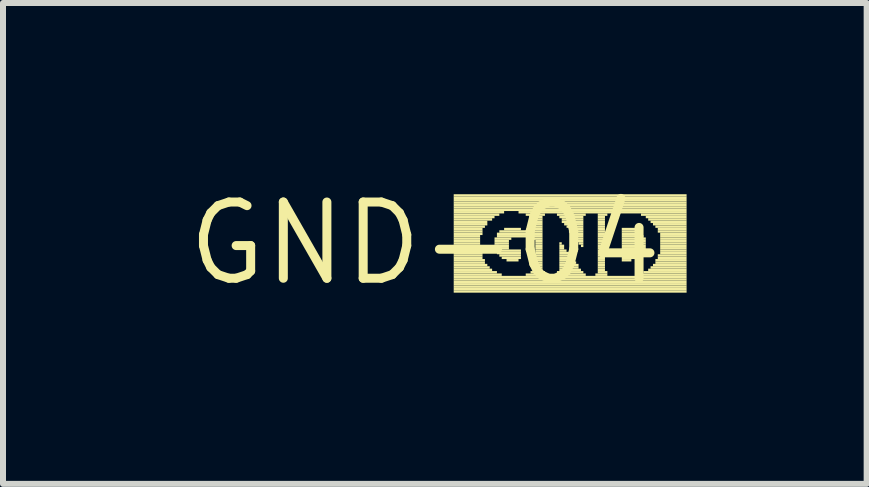
<source format=kicad_pcb>
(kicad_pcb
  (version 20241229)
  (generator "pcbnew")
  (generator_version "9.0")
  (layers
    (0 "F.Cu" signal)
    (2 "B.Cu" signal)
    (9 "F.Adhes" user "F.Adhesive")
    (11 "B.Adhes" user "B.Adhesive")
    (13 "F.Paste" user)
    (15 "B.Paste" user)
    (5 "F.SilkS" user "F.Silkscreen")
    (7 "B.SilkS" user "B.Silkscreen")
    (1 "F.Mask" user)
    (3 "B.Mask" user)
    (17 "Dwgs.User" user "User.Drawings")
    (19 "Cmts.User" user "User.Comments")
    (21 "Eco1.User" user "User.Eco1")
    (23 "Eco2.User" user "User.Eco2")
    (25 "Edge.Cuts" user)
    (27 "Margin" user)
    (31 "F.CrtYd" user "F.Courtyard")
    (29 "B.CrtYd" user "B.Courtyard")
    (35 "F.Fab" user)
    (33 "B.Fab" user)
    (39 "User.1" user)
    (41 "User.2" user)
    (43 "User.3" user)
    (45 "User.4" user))
  (footprint "GND-04"
    (layer "F.Cu")
    (at 4.029 1.006)
    (property "Reference" "GND-04" (at 0 0 0) (layer "F.SilkS") (effects (font (size 1.27 1.27) (thickness 0.15))))
    (fp_poly (pts (xy 0.48 -0.78) (xy 4.36 -0.78) (xy 4.36 -0.82) (xy 0.48 -0.82)) (stroke (width 0) (type default)) (fill yes) (layer "F.SilkS"))
    (fp_poly (pts (xy 0.48 -0.74) (xy 4.36 -0.74) (xy 4.36 -0.78) (xy 0.48 -0.78)) (stroke (width 0) (type default)) (fill yes) (layer "F.SilkS"))
    (fp_poly (pts (xy 0.48 -0.7) (xy 4.36 -0.7) (xy 4.36 -0.74) (xy 0.48 -0.74)) (stroke (width 0) (type default)) (fill yes) (layer "F.SilkS"))
    (fp_poly (pts (xy 0.48 -0.66) (xy 4.36 -0.66) (xy 4.36 -0.7) (xy 0.48 -0.7)) (stroke (width 0) (type default)) (fill yes) (layer "F.SilkS"))
    (fp_poly (pts (xy 0.48 -0.62) (xy 4.36 -0.62) (xy 4.36 -0.66) (xy 0.48 -0.66)) (stroke (width 0) (type default)) (fill yes) (layer "F.SilkS"))
    (fp_poly (pts (xy 0.48 -0.58) (xy 4.36 -0.58) (xy 4.36 -0.62) (xy 0.48 -0.62)) (stroke (width 0) (type default)) (fill yes) (layer "F.SilkS"))
    (fp_poly (pts (xy 0.48 -0.54) (xy 4.36 -0.54) (xy 4.36 -0.58) (xy 0.48 -0.58)) (stroke (width 0) (type default)) (fill yes) (layer "F.SilkS"))
    (fp_poly (pts (xy 0.48 -0.5) (xy 1.32 -0.5) (xy 1.32 -0.54) (xy 0.48 -0.54)) (stroke (width 0) (type default)) (fill yes) (layer "F.SilkS"))
    (fp_poly (pts (xy 0.48 -0.46) (xy 1.24 -0.46) (xy 1.24 -0.5) (xy 0.48 -0.5)) (stroke (width 0) (type default)) (fill yes) (layer "F.SilkS"))
    (fp_poly (pts (xy 0.48 -0.42) (xy 1.16 -0.42) (xy 1.16 -0.46) (xy 0.48 -0.46)) (stroke (width 0) (type default)) (fill yes) (layer "F.SilkS"))
    (fp_poly (pts (xy 0.48 -0.38) (xy 1.12 -0.38) (xy 1.12 -0.42) (xy 0.48 -0.42)) (stroke (width 0) (type default)) (fill yes) (layer "F.SilkS"))
    (fp_poly (pts (xy 0.48 -0.34) (xy 1.04 -0.34) (xy 1.04 -0.38) (xy 0.48 -0.38)) (stroke (width 0) (type default)) (fill yes) (layer "F.SilkS"))
    (fp_poly (pts (xy 0.48 -0.3) (xy 1.04 -0.3) (xy 1.04 -0.34) (xy 0.48 -0.34)) (stroke (width 0) (type default)) (fill yes) (layer "F.SilkS"))
    (fp_poly (pts (xy 0.48 -0.26) (xy 1 -0.26) (xy 1 -0.3) (xy 0.48 -0.3)) (stroke (width 0) (type default)) (fill yes) (layer "F.SilkS"))
    (fp_poly (pts (xy 0.48 -0.22) (xy 0.96 -0.22) (xy 0.96 -0.26) (xy 0.48 -0.26)) (stroke (width 0) (type default)) (fill yes) (layer "F.SilkS"))
    (fp_poly (pts (xy 0.48 -0.18) (xy 0.96 -0.18) (xy 0.96 -0.22) (xy 0.48 -0.22)) (stroke (width 0) (type default)) (fill yes) (layer "F.SilkS"))
    (fp_poly (pts (xy 0.48 -0.14) (xy 0.96 -0.14) (xy 0.96 -0.18) (xy 0.48 -0.18)) (stroke (width 0) (type default)) (fill yes) (layer "F.SilkS"))
    (fp_poly (pts (xy 0.48 -0.1) (xy 0.92 -0.1) (xy 0.92 -0.14) (xy 0.48 -0.14)) (stroke (width 0) (type default)) (fill yes) (layer "F.SilkS"))
    (fp_poly (pts (xy 0.48 -0.06) (xy 0.92 -0.06) (xy 0.92 -0.1) (xy 0.48 -0.1)) (stroke (width 0) (type default)) (fill yes) (layer "F.SilkS"))
    (fp_poly (pts (xy 0.48 -0.02) (xy 0.92 -0.02) (xy 0.92 -0.06) (xy 0.48 -0.06)) (stroke (width 0) (type default)) (fill yes) (layer "F.SilkS"))
    (fp_poly (pts (xy 0.48 0.02) (xy 0.92 0.02) (xy 0.92 -0.02) (xy 0.48 -0.02)) (stroke (width 0) (type default)) (fill yes) (layer "F.SilkS"))
    (fp_poly (pts (xy 0.48 0.06) (xy 0.92 0.06) (xy 0.92 0.02) (xy 0.48 0.02)) (stroke (width 0) (type default)) (fill yes) (layer "F.SilkS"))
    (fp_poly (pts (xy 0.48 0.1) (xy 0.92 0.1) (xy 0.92 0.06) (xy 0.48 0.06)) (stroke (width 0) (type default)) (fill yes) (layer "F.SilkS"))
    (fp_poly (pts (xy 0.48 0.14) (xy 0.92 0.14) (xy 0.92 0.1) (xy 0.48 0.1)) (stroke (width 0) (type default)) (fill yes) (layer "F.SilkS"))
    (fp_poly (pts (xy 0.48 0.18) (xy 0.96 0.18) (xy 0.96 0.14) (xy 0.48 0.14)) (stroke (width 0) (type default)) (fill yes) (layer "F.SilkS"))
    (fp_poly (pts (xy 0.48 0.22) (xy 0.96 0.22) (xy 0.96 0.18) (xy 0.48 0.18)) (stroke (width 0) (type default)) (fill yes) (layer "F.SilkS"))
    (fp_poly (pts (xy 0.48 0.26) (xy 0.96 0.26) (xy 0.96 0.22) (xy 0.48 0.22)) (stroke (width 0) (type default)) (fill yes) (layer "F.SilkS"))
    (fp_poly (pts (xy 0.48 0.3) (xy 1 0.3) (xy 1 0.26) (xy 0.48 0.26)) (stroke (width 0) (type default)) (fill yes) (layer "F.SilkS"))
    (fp_poly (pts (xy 0.48 0.34) (xy 1 0.34) (xy 1 0.3) (xy 0.48 0.3)) (stroke (width 0) (type default)) (fill yes) (layer "F.SilkS"))
    (fp_poly (pts (xy 0.48 0.38) (xy 1.04 0.38) (xy 1.04 0.34) (xy 0.48 0.34)) (stroke (width 0) (type default)) (fill yes) (layer "F.SilkS"))
    (fp_poly (pts (xy 0.48 0.42) (xy 1.08 0.42) (xy 1.08 0.38) (xy 0.48 0.38)) (stroke (width 0) (type default)) (fill yes) (layer "F.SilkS"))
    (fp_poly (pts (xy 0.48 0.46) (xy 1.12 0.46) (xy 1.12 0.42) (xy 0.48 0.42)) (stroke (width 0) (type default)) (fill yes) (layer "F.SilkS"))
    (fp_poly (pts (xy 0.48 0.5) (xy 1.2 0.5) (xy 1.2 0.46) (xy 0.48 0.46)) (stroke (width 0) (type default)) (fill yes) (layer "F.SilkS"))
    (fp_poly (pts (xy 0.48 0.54) (xy 1.28 0.54) (xy 1.28 0.5) (xy 0.48 0.5)) (stroke (width 0) (type default)) (fill yes) (layer "F.SilkS"))
    (fp_poly (pts (xy 0.48 0.58) (xy 4.36 0.58) (xy 4.36 0.54) (xy 0.48 0.54)) (stroke (width 0) (type default)) (fill yes) (layer "F.SilkS"))
    (fp_poly (pts (xy 0.48 0.62) (xy 4.36 0.62) (xy 4.36 0.58) (xy 0.48 0.58)) (stroke (width 0) (type default)) (fill yes) (layer "F.SilkS"))
    (fp_poly (pts (xy 0.48 0.66) (xy 4.36 0.66) (xy 4.36 0.62) (xy 0.48 0.62)) (stroke (width 0) (type default)) (fill yes) (layer "F.SilkS"))
    (fp_poly (pts (xy 0.48 0.7) (xy 4.36 0.7) (xy 4.36 0.66) (xy 0.48 0.66)) (stroke (width 0) (type default)) (fill yes) (layer "F.SilkS"))
    (fp_poly (pts (xy 0.48 0.74) (xy 4.36 0.74) (xy 4.36 0.7) (xy 0.48 0.7)) (stroke (width 0) (type default)) (fill yes) (layer "F.SilkS"))
    (fp_poly (pts (xy 0.48 0.78) (xy 4.36 0.78) (xy 4.36 0.74) (xy 0.48 0.74)) (stroke (width 0) (type default)) (fill yes) (layer "F.SilkS"))
    (fp_poly (pts (xy 0.48 0.82) (xy 4.36 0.82) (xy 4.36 0.78) (xy 0.48 0.78)) (stroke (width 0) (type default)) (fill yes) (layer "F.SilkS"))
    (fp_poly (pts (xy 1.16 -0.06) (xy 1.44 -0.06) (xy 1.44 -0.1) (xy 1.16 -0.1)) (stroke (width 0) (type default)) (fill yes) (layer "F.SilkS"))
    (fp_poly (pts (xy 1.16 -0.02) (xy 1.4 -0.02) (xy 1.4 -0.06) (xy 1.16 -0.06)) (stroke (width 0) (type default)) (fill yes) (layer "F.SilkS"))
    (fp_poly (pts (xy 1.16 0.02) (xy 1.4 0.02) (xy 1.4 -0.02) (xy 1.16 -0.02)) (stroke (width 0) (type default)) (fill yes) (layer "F.SilkS"))
    (fp_poly (pts (xy 1.16 0.06) (xy 1.4 0.06) (xy 1.4 0.02) (xy 1.16 0.02)) (stroke (width 0) (type default)) (fill yes) (layer "F.SilkS"))
    (fp_poly (pts (xy 1.16 0.1) (xy 1.4 0.1) (xy 1.4 0.06) (xy 1.16 0.06)) (stroke (width 0) (type default)) (fill yes) (layer "F.SilkS"))
    (fp_poly (pts (xy 1.2 -0.14) (xy 1.96 -0.14) (xy 1.96 -0.18) (xy 1.2 -0.18)) (stroke (width 0) (type default)) (fill yes) (layer "F.SilkS"))
    (fp_poly (pts (xy 1.2 -0.1) (xy 1.96 -0.1) (xy 1.96 -0.14) (xy 1.2 -0.14)) (stroke (width 0) (type default)) (fill yes) (layer "F.SilkS"))
    (fp_poly (pts (xy 1.2 0.14) (xy 1.6 0.14) (xy 1.6 0.1) (xy 1.2 0.1)) (stroke (width 0) (type default)) (fill yes) (layer "F.SilkS"))
    (fp_poly (pts (xy 1.2 0.18) (xy 1.6 0.18) (xy 1.6 0.14) (xy 1.2 0.14)) (stroke (width 0) (type default)) (fill yes) (layer "F.SilkS"))
    (fp_poly (pts (xy 1.24 -0.18) (xy 1.96 -0.18) (xy 1.96 -0.22) (xy 1.24 -0.22)) (stroke (width 0) (type default)) (fill yes) (layer "F.SilkS"))
    (fp_poly (pts (xy 1.24 0.22) (xy 1.6 0.22) (xy 1.6 0.18) (xy 1.24 0.18)) (stroke (width 0) (type default)) (fill yes) (layer "F.SilkS"))
    (fp_poly (pts (xy 1.28 0.26) (xy 1.6 0.26) (xy 1.6 0.22) (xy 1.28 0.22)) (stroke (width 0) (type default)) (fill yes) (layer "F.SilkS"))
    (fp_poly (pts (xy 1.32 -0.22) (xy 1.6 -0.22) (xy 1.6 -0.26) (xy 1.32 -0.26)) (stroke (width 0) (type default)) (fill yes) (layer "F.SilkS"))
    (fp_poly (pts (xy 1.36 0.3) (xy 1.56 0.3) (xy 1.56 0.26) (xy 1.36 0.26)) (stroke (width 0) (type default)) (fill yes) (layer "F.SilkS"))
    (fp_poly (pts (xy 1.56 -0.5) (xy 4.36 -0.5) (xy 4.36 -0.54) (xy 1.56 -0.54)) (stroke (width 0) (type default)) (fill yes) (layer "F.SilkS"))
    (fp_poly (pts (xy 1.68 -0.46) (xy 2 -0.46) (xy 2 -0.5) (xy 1.68 -0.5)) (stroke (width 0) (type default)) (fill yes) (layer "F.SilkS"))
    (fp_poly (pts (xy 1.68 0.54) (xy 2 0.54) (xy 2 0.5) (xy 1.68 0.5)) (stroke (width 0) (type default)) (fill yes) (layer "F.SilkS"))
    (fp_poly (pts (xy 1.76 -0.42) (xy 1.96 -0.42) (xy 1.96 -0.46) (xy 1.76 -0.46)) (stroke (width 0) (type default)) (fill yes) (layer "F.SilkS"))
    (fp_poly (pts (xy 1.76 -0.22) (xy 1.96 -0.22) (xy 1.96 -0.26) (xy 1.76 -0.26)) (stroke (width 0) (type default)) (fill yes) (layer "F.SilkS"))
    (fp_poly (pts (xy 1.76 0.5) (xy 2 0.5) (xy 2 0.46) (xy 1.76 0.46)) (stroke (width 0) (type default)) (fill yes) (layer "F.SilkS"))
    (fp_poly (pts (xy 1.8 -0.38) (xy 1.96 -0.38) (xy 1.96 -0.42) (xy 1.8 -0.42)) (stroke (width 0) (type default)) (fill yes) (layer "F.SilkS"))
    (fp_poly (pts (xy 1.8 -0.34) (xy 1.96 -0.34) (xy 1.96 -0.38) (xy 1.8 -0.38)) (stroke (width 0) (type default)) (fill yes) (layer "F.SilkS"))
    (fp_poly (pts (xy 1.8 -0.3) (xy 1.96 -0.3) (xy 1.96 -0.34) (xy 1.8 -0.34)) (stroke (width 0) (type default)) (fill yes) (layer "F.SilkS"))
    (fp_poly (pts (xy 1.8 -0.26) (xy 1.96 -0.26) (xy 1.96 -0.3) (xy 1.8 -0.3)) (stroke (width 0) (type default)) (fill yes) (layer "F.SilkS"))
    (fp_poly (pts (xy 1.8 -0.06) (xy 1.96 -0.06) (xy 1.96 -0.1) (xy 1.8 -0.1)) (stroke (width 0) (type default)) (fill yes) (layer "F.SilkS"))
    (fp_poly (pts (xy 1.8 0.46) (xy 1.96 0.46) (xy 1.96 0.42) (xy 1.8 0.42)) (stroke (width 0) (type default)) (fill yes) (layer "F.SilkS"))
    (fp_poly (pts (xy 1.84 -0.02) (xy 1.96 -0.02) (xy 1.96 -0.06) (xy 1.84 -0.06)) (stroke (width 0) (type default)) (fill yes) (layer "F.SilkS"))
    (fp_poly (pts (xy 1.84 0.02) (xy 1.96 0.02) (xy 1.96 -0.02) (xy 1.84 -0.02)) (stroke (width 0) (type default)) (fill yes) (layer "F.SilkS"))
    (fp_poly (pts (xy 1.84 0.06) (xy 1.96 0.06) (xy 1.96 0.02) (xy 1.84 0.02)) (stroke (width 0) (type default)) (fill yes) (layer "F.SilkS"))
    (fp_poly (pts (xy 1.84 0.1) (xy 1.96 0.1) (xy 1.96 0.06) (xy 1.84 0.06)) (stroke (width 0) (type default)) (fill yes) (layer "F.SilkS"))
    (fp_poly (pts (xy 1.84 0.14) (xy 1.96 0.14) (xy 1.96 0.1) (xy 1.84 0.1)) (stroke (width 0) (type default)) (fill yes) (layer "F.SilkS"))
    (fp_poly (pts (xy 1.84 0.18) (xy 1.96 0.18) (xy 1.96 0.14) (xy 1.84 0.14)) (stroke (width 0) (type default)) (fill yes) (layer "F.SilkS"))
    (fp_poly (pts (xy 1.84 0.22) (xy 1.96 0.22) (xy 1.96 0.18) (xy 1.84 0.18)) (stroke (width 0) (type default)) (fill yes) (layer "F.SilkS"))
    (fp_poly (pts (xy 1.84 0.26) (xy 1.96 0.26) (xy 1.96 0.22) (xy 1.84 0.22)) (stroke (width 0) (type default)) (fill yes) (layer "F.SilkS"))
    (fp_poly (pts (xy 1.84 0.3) (xy 1.96 0.3) (xy 1.96 0.26) (xy 1.84 0.26)) (stroke (width 0) (type default)) (fill yes) (layer "F.SilkS"))
    (fp_poly (pts (xy 1.84 0.34) (xy 1.96 0.34) (xy 1.96 0.3) (xy 1.84 0.3)) (stroke (width 0) (type default)) (fill yes) (layer "F.SilkS"))
    (fp_poly (pts (xy 1.84 0.38) (xy 1.96 0.38) (xy 1.96 0.34) (xy 1.84 0.34)) (stroke (width 0) (type default)) (fill yes) (layer "F.SilkS"))
    (fp_poly (pts (xy 1.84 0.42) (xy 1.96 0.42) (xy 1.96 0.38) (xy 1.84 0.38)) (stroke (width 0) (type default)) (fill yes) (layer "F.SilkS"))
    (fp_poly (pts (xy 2.2 -0.46) (xy 2.68 -0.46) (xy 2.68 -0.5) (xy 2.2 -0.5)) (stroke (width 0) (type default)) (fill yes) (layer "F.SilkS"))
    (fp_poly (pts (xy 2.2 0.5) (xy 2.64 0.5) (xy 2.64 0.46) (xy 2.2 0.46)) (stroke (width 0) (type default)) (fill yes) (layer "F.SilkS"))
    (fp_poly (pts (xy 2.2 0.54) (xy 2.68 0.54) (xy 2.68 0.5) (xy 2.2 0.5)) (stroke (width 0) (type default)) (fill yes) (layer "F.SilkS"))
    (fp_poly (pts (xy 2.24 -0.42) (xy 2.64 -0.42) (xy 2.64 -0.46) (xy 2.24 -0.46)) (stroke (width 0) (type default)) (fill yes) (layer "F.SilkS"))
    (fp_poly (pts (xy 2.24 0.02) (xy 2.28 0.02) (xy 2.28 -0.02) (xy 2.24 -0.02)) (stroke (width 0) (type default)) (fill yes) (layer "F.SilkS"))
    (fp_poly (pts (xy 2.24 0.06) (xy 2.32 0.06) (xy 2.32 0.02) (xy 2.24 0.02)) (stroke (width 0) (type default)) (fill yes) (layer "F.SilkS"))
    (fp_poly (pts (xy 2.24 0.1) (xy 2.32 0.1) (xy 2.32 0.06) (xy 2.24 0.06)) (stroke (width 0) (type default)) (fill yes) (layer "F.SilkS"))
    (fp_poly (pts (xy 2.24 0.14) (xy 2.36 0.14) (xy 2.36 0.1) (xy 2.24 0.1)) (stroke (width 0) (type default)) (fill yes) (layer "F.SilkS"))
    (fp_poly (pts (xy 2.24 0.18) (xy 2.4 0.18) (xy 2.4 0.14) (xy 2.24 0.14)) (stroke (width 0) (type default)) (fill yes) (layer "F.SilkS"))
    (fp_poly (pts (xy 2.24 0.22) (xy 2.44 0.22) (xy 2.44 0.18) (xy 2.24 0.18)) (stroke (width 0) (type default)) (fill yes) (layer "F.SilkS"))
    (fp_poly (pts (xy 2.24 0.26) (xy 2.44 0.26) (xy 2.44 0.22) (xy 2.24 0.22)) (stroke (width 0) (type default)) (fill yes) (layer "F.SilkS"))
    (fp_poly (pts (xy 2.24 0.3) (xy 2.48 0.3) (xy 2.48 0.26) (xy 2.24 0.26)) (stroke (width 0) (type default)) (fill yes) (layer "F.SilkS"))
    (fp_poly (pts (xy 2.24 0.34) (xy 2.52 0.34) (xy 2.52 0.3) (xy 2.24 0.3)) (stroke (width 0) (type default)) (fill yes) (layer "F.SilkS"))
    (fp_poly (pts (xy 2.24 0.38) (xy 2.56 0.38) (xy 2.56 0.34) (xy 2.24 0.34)) (stroke (width 0) (type default)) (fill yes) (layer "F.SilkS"))
    (fp_poly (pts (xy 2.24 0.42) (xy 2.56 0.42) (xy 2.56 0.38) (xy 2.24 0.38)) (stroke (width 0) (type default)) (fill yes) (layer "F.SilkS"))
    (fp_poly (pts (xy 2.24 0.46) (xy 2.6 0.46) (xy 2.6 0.42) (xy 2.24 0.42)) (stroke (width 0) (type default)) (fill yes) (layer "F.SilkS"))
    (fp_poly (pts (xy 2.28 -0.38) (xy 2.64 -0.38) (xy 2.64 -0.42) (xy 2.28 -0.42)) (stroke (width 0) (type default)) (fill yes) (layer "F.SilkS"))
    (fp_poly (pts (xy 2.28 -0.34) (xy 2.64 -0.34) (xy 2.64 -0.38) (xy 2.28 -0.38)) (stroke (width 0) (type default)) (fill yes) (layer "F.SilkS"))
    (fp_poly (pts (xy 2.32 -0.3) (xy 2.64 -0.3) (xy 2.64 -0.34) (xy 2.32 -0.34)) (stroke (width 0) (type default)) (fill yes) (layer "F.SilkS"))
    (fp_poly (pts (xy 2.36 -0.26) (xy 2.64 -0.26) (xy 2.64 -0.3) (xy 2.36 -0.3)) (stroke (width 0) (type default)) (fill yes) (layer "F.SilkS"))
    (fp_poly (pts (xy 2.4 -0.22) (xy 2.64 -0.22) (xy 2.64 -0.26) (xy 2.4 -0.26)) (stroke (width 0) (type default)) (fill yes) (layer "F.SilkS"))
    (fp_poly (pts (xy 2.4 -0.18) (xy 2.64 -0.18) (xy 2.64 -0.22) (xy 2.4 -0.22)) (stroke (width 0) (type default)) (fill yes) (layer "F.SilkS"))
    (fp_poly (pts (xy 2.44 -0.14) (xy 2.64 -0.14) (xy 2.64 -0.18) (xy 2.44 -0.18)) (stroke (width 0) (type default)) (fill yes) (layer "F.SilkS"))
    (fp_poly (pts (xy 2.48 -0.1) (xy 2.64 -0.1) (xy 2.64 -0.14) (xy 2.48 -0.14)) (stroke (width 0) (type default)) (fill yes) (layer "F.SilkS"))
    (fp_poly (pts (xy 2.52 -0.06) (xy 2.64 -0.06) (xy 2.64 -0.1) (xy 2.52 -0.1)) (stroke (width 0) (type default)) (fill yes) (layer "F.SilkS"))
    (fp_poly (pts (xy 2.52 -0.02) (xy 2.64 -0.02) (xy 2.64 -0.06) (xy 2.52 -0.06)) (stroke (width 0) (type default)) (fill yes) (layer "F.SilkS"))
    (fp_poly (pts (xy 2.56 0.02) (xy 2.64 0.02) (xy 2.64 -0.02) (xy 2.56 -0.02)) (stroke (width 0) (type default)) (fill yes) (layer "F.SilkS"))
    (fp_poly (pts (xy 2.6 0.06) (xy 2.64 0.06) (xy 2.64 0.02) (xy 2.6 0.02)) (stroke (width 0) (type default)) (fill yes) (layer "F.SilkS"))
    (fp_poly (pts (xy 2.84 0.54) (xy 3.04 0.54) (xy 3.04 0.5) (xy 2.84 0.5)) (stroke (width 0) (type default)) (fill yes) (layer "F.SilkS"))
    (fp_poly (pts (xy 2.88 -0.46) (xy 3.04 -0.46) (xy 3.04 -0.5) (xy 2.88 -0.5)) (stroke (width 0) (type default)) (fill yes) (layer "F.SilkS"))
    (fp_poly (pts (xy 2.88 -0.42) (xy 3 -0.42) (xy 3 -0.46) (xy 2.88 -0.46)) (stroke (width 0) (type default)) (fill yes) (layer "F.SilkS"))
    (fp_poly (pts (xy 2.88 -0.38) (xy 3 -0.38) (xy 3 -0.42) (xy 2.88 -0.42)) (stroke (width 0) (type default)) (fill yes) (layer "F.SilkS"))
    (fp_poly (pts (xy 2.88 -0.34) (xy 3 -0.34) (xy 3 -0.38) (xy 2.88 -0.38)) (stroke (width 0) (type default)) (fill yes) (layer "F.SilkS"))
    (fp_poly (pts (xy 2.88 -0.3) (xy 3 -0.3) (xy 3 -0.34) (xy 2.88 -0.34)) (stroke (width 0) (type default)) (fill yes) (layer "F.SilkS"))
    (fp_poly (pts (xy 2.88 -0.26) (xy 3 -0.26) (xy 3 -0.3) (xy 2.88 -0.3)) (stroke (width 0) (type default)) (fill yes) (layer "F.SilkS"))
    (fp_poly (pts (xy 2.88 -0.22) (xy 3 -0.22) (xy 3 -0.26) (xy 2.88 -0.26)) (stroke (width 0) (type default)) (fill yes) (layer "F.SilkS"))
    (fp_poly (pts (xy 2.88 -0.18) (xy 3 -0.18) (xy 3 -0.22) (xy 2.88 -0.22)) (stroke (width 0) (type default)) (fill yes) (layer "F.SilkS"))
    (fp_poly (pts (xy 2.88 -0.14) (xy 3 -0.14) (xy 3 -0.18) (xy 2.88 -0.18)) (stroke (width 0) (type default)) (fill yes) (layer "F.SilkS"))
    (fp_poly (pts (xy 2.88 -0.1) (xy 3 -0.1) (xy 3 -0.14) (xy 2.88 -0.14)) (stroke (width 0) (type default)) (fill yes) (layer "F.SilkS"))
    (fp_poly (pts (xy 2.88 -0.06) (xy 3 -0.06) (xy 3 -0.1) (xy 2.88 -0.1)) (stroke (width 0) (type default)) (fill yes) (layer "F.SilkS"))
    (fp_poly (pts (xy 2.88 -0.02) (xy 3 -0.02) (xy 3 -0.06) (xy 2.88 -0.06)) (stroke (width 0) (type default)) (fill yes) (layer "F.SilkS"))
    (fp_poly (pts (xy 2.88 0.02) (xy 3 0.02) (xy 3 -0.02) (xy 2.88 -0.02)) (stroke (width 0) (type default)) (fill yes) (layer "F.SilkS"))
    (fp_poly (pts (xy 2.88 0.06) (xy 3 0.06) (xy 3 0.02) (xy 2.88 0.02)) (stroke (width 0) (type default)) (fill yes) (layer "F.SilkS"))
    (fp_poly (pts (xy 2.88 0.1) (xy 3 0.1) (xy 3 0.06) (xy 2.88 0.06)) (stroke (width 0) (type default)) (fill yes) (layer "F.SilkS"))
    (fp_poly (pts (xy 2.88 0.14) (xy 3 0.14) (xy 3 0.1) (xy 2.88 0.1)) (stroke (width 0) (type default)) (fill yes) (layer "F.SilkS"))
    (fp_poly (pts (xy 2.88 0.18) (xy 3 0.18) (xy 3 0.14) (xy 2.88 0.14)) (stroke (width 0) (type default)) (fill yes) (layer "F.SilkS"))
    (fp_poly (pts (xy 2.88 0.22) (xy 3 0.22) (xy 3 0.18) (xy 2.88 0.18)) (stroke (width 0) (type default)) (fill yes) (layer "F.SilkS"))
    (fp_poly (pts (xy 2.88 0.26) (xy 3 0.26) (xy 3 0.22) (xy 2.88 0.22)) (stroke (width 0) (type default)) (fill yes) (layer "F.SilkS"))
    (fp_poly (pts (xy 2.88 0.3) (xy 3 0.3) (xy 3 0.26) (xy 2.88 0.26)) (stroke (width 0) (type default)) (fill yes) (layer "F.SilkS"))
    (fp_poly (pts (xy 2.88 0.34) (xy 3 0.34) (xy 3 0.3) (xy 2.88 0.3)) (stroke (width 0) (type default)) (fill yes) (layer "F.SilkS"))
    (fp_poly (pts (xy 2.88 0.38) (xy 3 0.38) (xy 3 0.34) (xy 2.88 0.34)) (stroke (width 0) (type default)) (fill yes) (layer "F.SilkS"))
    (fp_poly (pts (xy 2.88 0.42) (xy 3 0.42) (xy 3 0.38) (xy 2.88 0.38)) (stroke (width 0) (type default)) (fill yes) (layer "F.SilkS"))
    (fp_poly (pts (xy 2.88 0.46) (xy 3 0.46) (xy 3 0.42) (xy 2.88 0.42)) (stroke (width 0) (type default)) (fill yes) (layer "F.SilkS"))
    (fp_poly (pts (xy 2.88 0.5) (xy 3.04 0.5) (xy 3.04 0.46) (xy 2.88 0.46)) (stroke (width 0) (type default)) (fill yes) (layer "F.SilkS"))
    (fp_poly (pts (xy 3.28 -0.22) (xy 3.52 -0.22) (xy 3.52 -0.26) (xy 3.28 -0.26)) (stroke (width 0) (type default)) (fill yes) (layer "F.SilkS"))
    (fp_poly (pts (xy 3.28 -0.18) (xy 3.56 -0.18) (xy 3.56 -0.22) (xy 3.28 -0.22)) (stroke (width 0) (type default)) (fill yes) (layer "F.SilkS"))
    (fp_poly (pts (xy 3.28 -0.14) (xy 3.6 -0.14) (xy 3.6 -0.18) (xy 3.28 -0.18)) (stroke (width 0) (type default)) (fill yes) (layer "F.SilkS"))
    (fp_poly (pts (xy 3.28 -0.1) (xy 3.64 -0.1) (xy 3.64 -0.14) (xy 3.28 -0.14)) (stroke (width 0) (type default)) (fill yes) (layer "F.SilkS"))
    (fp_poly (pts (xy 3.28 -0.06) (xy 3.68 -0.06) (xy 3.68 -0.1) (xy 3.28 -0.1)) (stroke (width 0) (type default)) (fill yes) (layer "F.SilkS"))
    (fp_poly (pts (xy 3.28 -0.02) (xy 3.68 -0.02) (xy 3.68 -0.06) (xy 3.28 -0.06)) (stroke (width 0) (type default)) (fill yes) (layer "F.SilkS"))
    (fp_poly (pts (xy 3.28 0.02) (xy 3.68 0.02) (xy 3.68 -0.02) (xy 3.28 -0.02)) (stroke (width 0) (type default)) (fill yes) (layer "F.SilkS"))
    (fp_poly (pts (xy 3.28 0.06) (xy 3.68 0.06) (xy 3.68 0.02) (xy 3.28 0.02)) (stroke (width 0) (type default)) (fill yes) (layer "F.SilkS"))
    (fp_poly (pts (xy 3.28 0.1) (xy 3.68 0.1) (xy 3.68 0.06) (xy 3.28 0.06)) (stroke (width 0) (type default)) (fill yes) (layer "F.SilkS"))
    (fp_poly (pts (xy 3.28 0.14) (xy 3.64 0.14) (xy 3.64 0.1) (xy 3.28 0.1)) (stroke (width 0) (type default)) (fill yes) (layer "F.SilkS"))
    (fp_poly (pts (xy 3.28 0.18) (xy 3.64 0.18) (xy 3.64 0.14) (xy 3.28 0.14)) (stroke (width 0) (type default)) (fill yes) (layer "F.SilkS"))
    (fp_poly (pts (xy 3.28 0.22) (xy 3.6 0.22) (xy 3.6 0.18) (xy 3.28 0.18)) (stroke (width 0) (type default)) (fill yes) (layer "F.SilkS"))
    (fp_poly (pts (xy 3.28 0.26) (xy 3.56 0.26) (xy 3.56 0.22) (xy 3.28 0.22)) (stroke (width 0) (type default)) (fill yes) (layer "F.SilkS"))
    (fp_poly (pts (xy 3.28 0.3) (xy 3.44 0.3) (xy 3.44 0.26) (xy 3.28 0.26)) (stroke (width 0) (type default)) (fill yes) (layer "F.SilkS"))
    (fp_poly (pts (xy 3.52 0.54) (xy 4.36 0.54) (xy 4.36 0.5) (xy 3.52 0.5)) (stroke (width 0) (type default)) (fill yes) (layer "F.SilkS"))
    (fp_poly (pts (xy 3.6 -0.46) (xy 4.36 -0.46) (xy 4.36 -0.5) (xy 3.6 -0.5)) (stroke (width 0) (type default)) (fill yes) (layer "F.SilkS"))
    (fp_poly (pts (xy 3.64 0.5) (xy 4.36 0.5) (xy 4.36 0.46) (xy 3.64 0.46)) (stroke (width 0) (type default)) (fill yes) (layer "F.SilkS"))
    (fp_poly (pts (xy 3.68 -0.42) (xy 4.36 -0.42) (xy 4.36 -0.46) (xy 3.68 -0.46)) (stroke (width 0) (type default)) (fill yes) (layer "F.SilkS"))
    (fp_poly (pts (xy 3.72 -0.38) (xy 4.36 -0.38) (xy 4.36 -0.42) (xy 3.72 -0.42)) (stroke (width 0) (type default)) (fill yes) (layer "F.SilkS"))
    (fp_poly (pts (xy 3.72 0.46) (xy 4.36 0.46) (xy 4.36 0.42) (xy 3.72 0.42)) (stroke (width 0) (type default)) (fill yes) (layer "F.SilkS"))
    (fp_poly (pts (xy 3.76 -0.34) (xy 4.36 -0.34) (xy 4.36 -0.38) (xy 3.76 -0.38)) (stroke (width 0) (type default)) (fill yes) (layer "F.SilkS"))
    (fp_poly (pts (xy 3.76 0.42) (xy 4.36 0.42) (xy 4.36 0.38) (xy 3.76 0.38)) (stroke (width 0) (type default)) (fill yes) (layer "F.SilkS"))
    (fp_poly (pts (xy 3.8 -0.3) (xy 4.36 -0.3) (xy 4.36 -0.34) (xy 3.8 -0.34)) (stroke (width 0) (type default)) (fill yes) (layer "F.SilkS"))
    (fp_poly (pts (xy 3.8 0.38) (xy 4.36 0.38) (xy 4.36 0.34) (xy 3.8 0.34)) (stroke (width 0) (type default)) (fill yes) (layer "F.SilkS"))
    (fp_poly (pts (xy 3.84 -0.26) (xy 4.36 -0.26) (xy 4.36 -0.3) (xy 3.84 -0.3)) (stroke (width 0) (type default)) (fill yes) (layer "F.SilkS"))
    (fp_poly (pts (xy 3.84 0.3) (xy 4.36 0.3) (xy 4.36 0.26) (xy 3.84 0.26)) (stroke (width 0) (type default)) (fill yes) (layer "F.SilkS"))
    (fp_poly (pts (xy 3.84 0.34) (xy 4.36 0.34) (xy 4.36 0.3) (xy 3.84 0.3)) (stroke (width 0) (type default)) (fill yes) (layer "F.SilkS"))
    (fp_poly (pts (xy 3.88 -0.22) (xy 4.36 -0.22) (xy 4.36 -0.26) (xy 3.88 -0.26)) (stroke (width 0) (type default)) (fill yes) (layer "F.SilkS"))
    (fp_poly (pts (xy 3.88 -0.18) (xy 4.36 -0.18) (xy 4.36 -0.22) (xy 3.88 -0.22)) (stroke (width 0) (type default)) (fill yes) (layer "F.SilkS"))
    (fp_poly (pts (xy 3.88 0.22) (xy 4.36 0.22) (xy 4.36 0.18) (xy 3.88 0.18)) (stroke (width 0) (type default)) (fill yes) (layer "F.SilkS"))
    (fp_poly (pts (xy 3.88 0.26) (xy 4.36 0.26) (xy 4.36 0.22) (xy 3.88 0.22)) (stroke (width 0) (type default)) (fill yes) (layer "F.SilkS"))
    (fp_poly (pts (xy 3.92 -0.14) (xy 4.36 -0.14) (xy 4.36 -0.18) (xy 3.92 -0.18)) (stroke (width 0) (type default)) (fill yes) (layer "F.SilkS"))
    (fp_poly (pts (xy 3.92 -0.1) (xy 4.36 -0.1) (xy 4.36 -0.14) (xy 3.92 -0.14)) (stroke (width 0) (type default)) (fill yes) (layer "F.SilkS"))
    (fp_poly (pts (xy 3.92 -0.06) (xy 4.36 -0.06) (xy 4.36 -0.1) (xy 3.92 -0.1)) (stroke (width 0) (type default)) (fill yes) (layer "F.SilkS"))
    (fp_poly (pts (xy 3.92 -0.02) (xy 4.36 -0.02) (xy 4.36 -0.06) (xy 3.92 -0.06)) (stroke (width 0) (type default)) (fill yes) (layer "F.SilkS"))
    (fp_poly (pts (xy 3.92 0.02) (xy 4.36 0.02) (xy 4.36 -0.02) (xy 3.92 -0.02)) (stroke (width 0) (type default)) (fill yes) (layer "F.SilkS"))
    (fp_poly (pts (xy 3.92 0.06) (xy 4.36 0.06) (xy 4.36 0.02) (xy 3.92 0.02)) (stroke (width 0) (type default)) (fill yes) (layer "F.SilkS"))
    (fp_poly (pts (xy 3.92 0.1) (xy 4.36 0.1) (xy 4.36 0.06) (xy 3.92 0.06)) (stroke (width 0) (type default)) (fill yes) (layer "F.SilkS"))
    (fp_poly (pts (xy 3.92 0.14) (xy 4.36 0.14) (xy 4.36 0.1) (xy 3.92 0.1)) (stroke (width 0) (type default)) (fill yes) (layer "F.SilkS"))
    (fp_poly (pts (xy 3.92 0.18) (xy 4.36 0.18) (xy 4.36 0.14) (xy 3.92 0.14)) (stroke (width 0) (type default)) (fill yes) (layer "F.SilkS")))
  (gr_rect
    (start -3 -3)
    (end 11.389 5.012)
    (stroke (width 0.1) (type default))
    (fill no)
    (layer "Edge.Cuts")))
</source>
